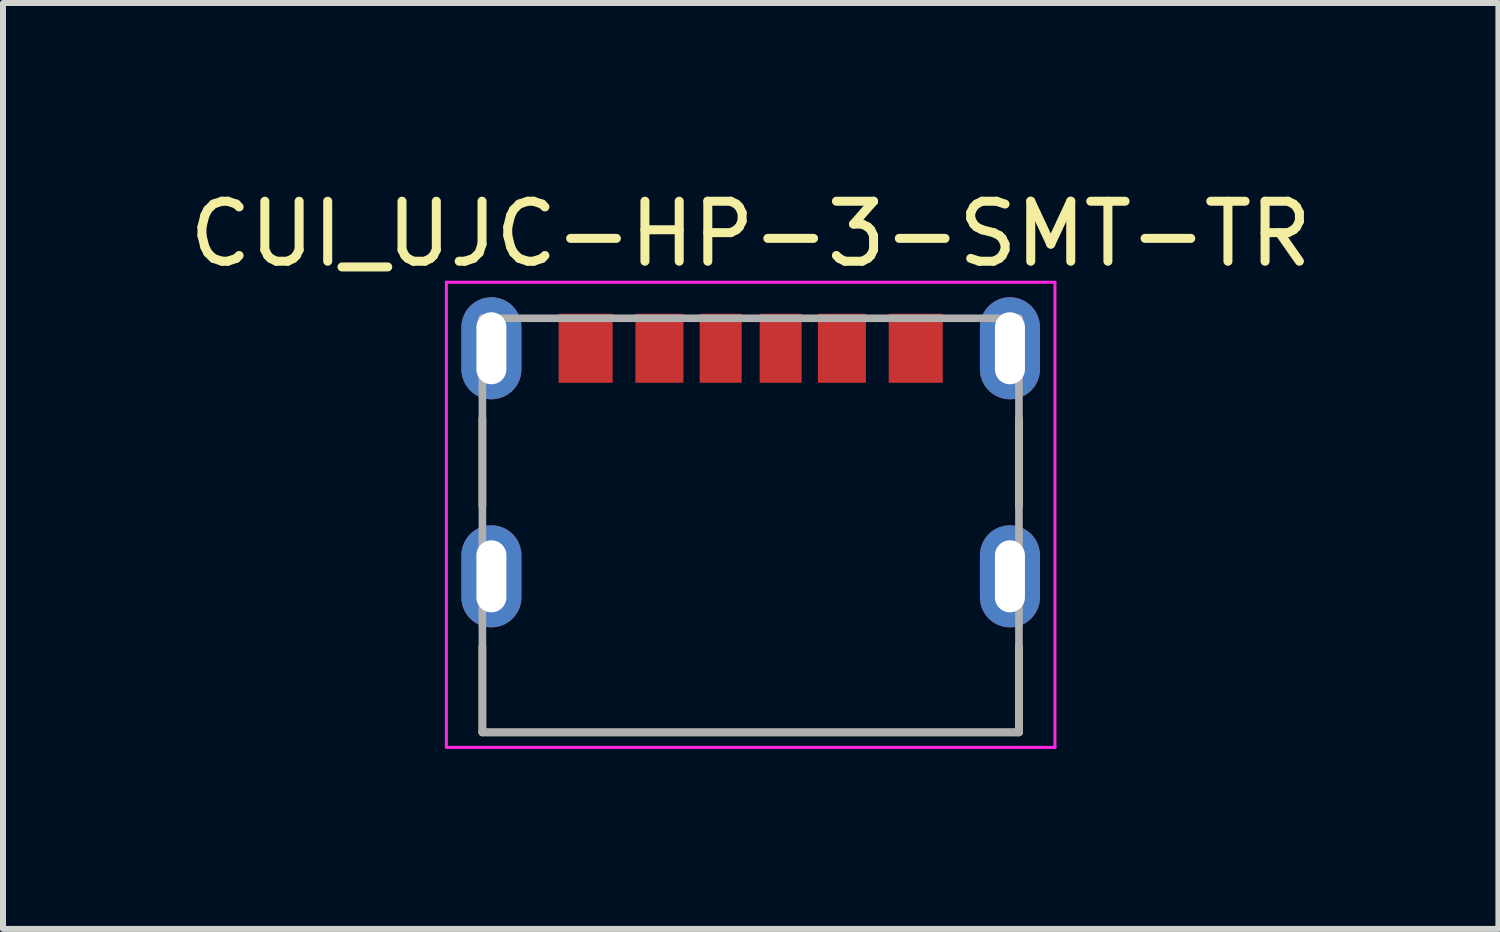
<source format=kicad_pcb>
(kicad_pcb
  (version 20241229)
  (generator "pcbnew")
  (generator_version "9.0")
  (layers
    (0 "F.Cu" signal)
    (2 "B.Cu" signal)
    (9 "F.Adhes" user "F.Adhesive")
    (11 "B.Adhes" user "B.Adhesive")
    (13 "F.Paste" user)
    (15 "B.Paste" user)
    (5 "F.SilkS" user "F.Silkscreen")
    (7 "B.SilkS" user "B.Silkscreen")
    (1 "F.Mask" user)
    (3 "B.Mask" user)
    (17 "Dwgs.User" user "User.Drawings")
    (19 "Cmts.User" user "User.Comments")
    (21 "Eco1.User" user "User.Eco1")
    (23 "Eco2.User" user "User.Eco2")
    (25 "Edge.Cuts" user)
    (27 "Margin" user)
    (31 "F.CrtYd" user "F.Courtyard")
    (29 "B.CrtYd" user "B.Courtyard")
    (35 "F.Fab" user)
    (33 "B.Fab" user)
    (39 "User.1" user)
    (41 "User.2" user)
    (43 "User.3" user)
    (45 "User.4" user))
  (footprint "CUI_UJC-HP-3-SMT-TR"
    (layer "F.Cu")
    (at 9.458 2.753)
    (property "Reference" "CUI_UJC-HP-3-SMT-TR" (at 0 -1.905 0) (layer "F.SilkS") (effects (font (size 1 1) (thickness 0.15))))
    (attr through_hole)
    (fp_line (start -4.47 2.63) (end -4.47 1.17) (stroke (width 0.127) (type solid)) (layer "F.SilkS"))
    (fp_line (start -4.47 6.4) (end -4.47 4.97) (stroke (width 0.127) (type solid)) (layer "F.SilkS"))
    (fp_line (start -4.47 6.4) (end 4.47 6.4) (stroke (width 0.127) (type solid)) (layer "F.SilkS"))
    (fp_line (start 4.47 2.63) (end 4.47 1.17) (stroke (width 0.127) (type solid)) (layer "F.SilkS"))
    (fp_line (start 4.47 6.4) (end 4.47 4.97) (stroke (width 0.127) (type solid)) (layer "F.SilkS"))
    (fp_line (start -5.07 -1.1) (end -5.07 6.65) (stroke (width 0.05) (type solid)) (layer "F.CrtYd"))
    (fp_line (start -5.07 6.65) (end 5.07 6.65) (stroke (width 0.05) (type solid)) (layer "F.CrtYd"))
    (fp_line (start 5.07 -1.1) (end -5.07 -1.1) (stroke (width 0.05) (type solid)) (layer "F.CrtYd"))
    (fp_line (start 5.07 6.65) (end 5.07 -1.1) (stroke (width 0.05) (type solid)) (layer "F.CrtYd"))
    (fp_line (start -4.47 -0.5) (end -4.47 6.4) (stroke (width 0.127) (type solid)) (layer "F.Fab"))
    (fp_line (start -4.47 6.4) (end 4.47 6.4) (stroke (width 0.127) (type solid)) (layer "F.Fab"))
    (fp_line (start 4.47 -0.5) (end -4.47 -0.5) (stroke (width 0.127) (type solid)) (layer "F.Fab"))
    (fp_line (start 4.47 6.4) (end 4.47 -0.5) (stroke (width 0.127) (type solid)) (layer "F.Fab"))
    (pad "A5" smd rect (at -0.5 0) (size 0.7 1.15) (layers "F.Cu" "F.Mask" "F.Paste"))
    (pad "A9" smd rect (at 1.52 0) (size 0.8 1.15) (layers "F.Cu" "F.Mask" "F.Paste"))
    (pad "A12" smd rect (at 2.75 0) (size 0.9 1.15) (layers "F.Cu" "F.Mask" "F.Paste"))
    (pad "B5" smd rect (at 0.5 0) (size 0.7 1.15) (layers "F.Cu" "F.Mask" "F.Paste"))
    (pad "B9" smd rect (at -1.52 0) (size 0.8 1.15) (layers "F.Cu" "F.Mask" "F.Paste"))
    (pad "B12" smd rect (at -2.75 0) (size 0.9 1.15) (layers "F.Cu" "F.Mask" "F.Paste"))
    (pad "S1" thru_hole oval (at -4.32 0) (size 1 1.7) (drill oval 0.5 1.2) (layers "*.Cu" "*.Mask"))
    (pad "S1" thru_hole oval (at -4.32 3.8) (size 1 1.7) (drill oval 0.5 1.2) (layers "*.Cu" "*.Mask"))
    (pad "S1" thru_hole oval (at 4.32 0) (size 1 1.7) (drill oval 0.5 1.2) (layers "*.Cu" "*.Mask"))
    (pad "S1" thru_hole oval (at 4.32 3.8) (size 1 1.7) (drill oval 0.5 1.2) (layers "*.Cu" "*.Mask")))
  (gr_rect
    (start -3 -3)
    (end 21.917 12.428)
    (stroke (width 0.1) (type default))
    (fill no)
    (layer "Edge.Cuts")))
</source>
